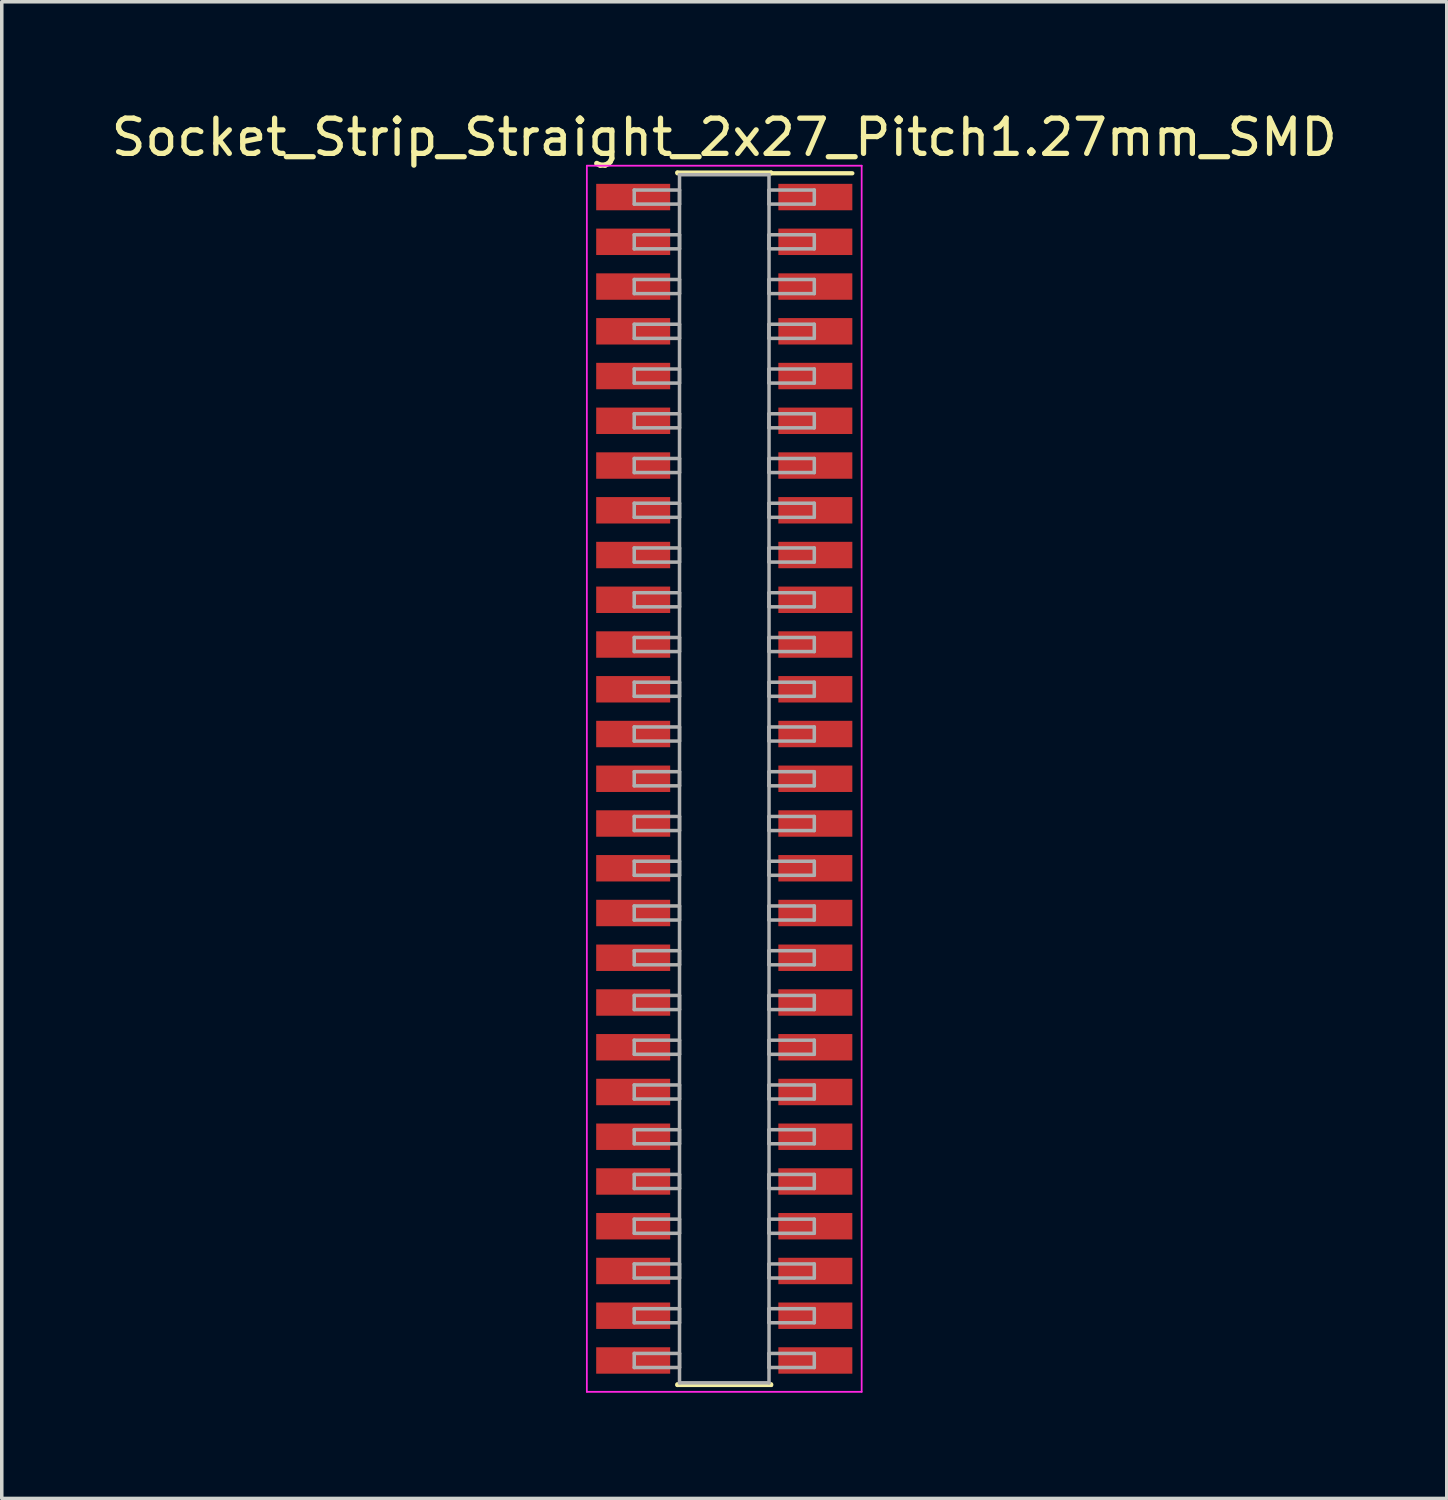
<source format=kicad_pcb>
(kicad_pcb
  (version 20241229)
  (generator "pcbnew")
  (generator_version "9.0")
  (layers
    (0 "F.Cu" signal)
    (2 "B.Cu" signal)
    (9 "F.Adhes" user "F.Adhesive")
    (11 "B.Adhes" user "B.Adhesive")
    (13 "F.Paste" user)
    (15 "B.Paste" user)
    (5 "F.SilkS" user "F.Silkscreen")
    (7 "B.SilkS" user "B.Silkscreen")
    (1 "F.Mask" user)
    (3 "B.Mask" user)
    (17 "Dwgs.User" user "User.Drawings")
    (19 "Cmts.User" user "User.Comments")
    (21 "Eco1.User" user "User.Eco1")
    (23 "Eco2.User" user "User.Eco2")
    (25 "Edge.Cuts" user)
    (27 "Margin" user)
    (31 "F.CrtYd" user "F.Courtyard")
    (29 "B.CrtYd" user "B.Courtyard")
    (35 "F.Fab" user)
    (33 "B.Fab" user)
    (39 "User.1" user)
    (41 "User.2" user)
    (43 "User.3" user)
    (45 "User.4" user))
  (footprint "Socket_Strip_Straight_2x27_Pitch1.27mm_SMD"
    (layer "F.Cu")
    (at 17.506 19.053)
    (property "Reference" "Socket_Strip_Straight_2x27_Pitch1.27mm_SMD" (at 0 -18.205 0) (layer "F.SilkS") (effects (font (size 1 1) (thickness 0.15))))
    (attr smd)
    (fp_line (start -1.33 -17.205) (end 1.33 -17.205) (stroke (width 0.12) (type solid)) (layer "F.SilkS"))
    (fp_line (start -1.33 -17.185) (end -1.33 -17.205) (stroke (width 0.12) (type solid)) (layer "F.SilkS"))
    (fp_line (start -1.33 17.185) (end -1.33 17.205) (stroke (width 0.12) (type solid)) (layer "F.SilkS"))
    (fp_line (start -1.33 17.205) (end 1.33 17.205) (stroke (width 0.12) (type solid)) (layer "F.SilkS"))
    (fp_line (start 1.33 -17.205) (end 1.33 -17.185) (stroke (width 0.12) (type solid)) (layer "F.SilkS"))
    (fp_line (start 1.33 17.205) (end 1.33 17.185) (stroke (width 0.12) (type solid)) (layer "F.SilkS"))
    (fp_line (start 3.635 -17.185) (end 1.33 -17.185) (stroke (width 0.12) (type solid)) (layer "F.SilkS"))
    (fp_line (start -3.9 -17.4) (end -3.9 17.4) (stroke (width 0.05) (type solid)) (layer "F.CrtYd"))
    (fp_line (start -3.9 17.4) (end 3.9 17.4) (stroke (width 0.05) (type solid)) (layer "F.CrtYd"))
    (fp_line (start 3.9 -17.4) (end -3.9 -17.4) (stroke (width 0.05) (type solid)) (layer "F.CrtYd"))
    (fp_line (start 3.9 17.4) (end 3.9 -17.4) (stroke (width 0.05) (type solid)) (layer "F.CrtYd"))
    (fp_line (start -2.555 -16.71) (end -1.27 -16.71) (stroke (width 0.1) (type solid)) (layer "F.Fab"))
    (fp_line (start -2.555 -16.31) (end -2.555 -16.71) (stroke (width 0.1) (type solid)) (layer "F.Fab"))
    (fp_line (start -2.555 -15.44) (end -1.27 -15.44) (stroke (width 0.1) (type solid)) (layer "F.Fab"))
    (fp_line (start -2.555 -15.04) (end -2.555 -15.44) (stroke (width 0.1) (type solid)) (layer "F.Fab"))
    (fp_line (start -2.555 -14.17) (end -1.27 -14.17) (stroke (width 0.1) (type solid)) (layer "F.Fab"))
    (fp_line (start -2.555 -13.77) (end -2.555 -14.17) (stroke (width 0.1) (type solid)) (layer "F.Fab"))
    (fp_line (start -2.555 -12.9) (end -1.27 -12.9) (stroke (width 0.1) (type solid)) (layer "F.Fab"))
    (fp_line (start -2.555 -12.5) (end -2.555 -12.9) (stroke (width 0.1) (type solid)) (layer "F.Fab"))
    (fp_line (start -2.555 -11.63) (end -1.27 -11.63) (stroke (width 0.1) (type solid)) (layer "F.Fab"))
    (fp_line (start -2.555 -11.23) (end -2.555 -11.63) (stroke (width 0.1) (type solid)) (layer "F.Fab"))
    (fp_line (start -2.555 -10.36) (end -1.27 -10.36) (stroke (width 0.1) (type solid)) (layer "F.Fab"))
    (fp_line (start -2.555 -9.96) (end -2.555 -10.36) (stroke (width 0.1) (type solid)) (layer "F.Fab"))
    (fp_line (start -2.555 -9.09) (end -1.27 -9.09) (stroke (width 0.1) (type solid)) (layer "F.Fab"))
    (fp_line (start -2.555 -8.69) (end -2.555 -9.09) (stroke (width 0.1) (type solid)) (layer "F.Fab"))
    (fp_line (start -2.555 -7.82) (end -1.27 -7.82) (stroke (width 0.1) (type solid)) (layer "F.Fab"))
    (fp_line (start -2.555 -7.42) (end -2.555 -7.82) (stroke (width 0.1) (type solid)) (layer "F.Fab"))
    (fp_line (start -2.555 -6.55) (end -1.27 -6.55) (stroke (width 0.1) (type solid)) (layer "F.Fab"))
    (fp_line (start -2.555 -6.15) (end -2.555 -6.55) (stroke (width 0.1) (type solid)) (layer "F.Fab"))
    (fp_line (start -2.555 -5.28) (end -1.27 -5.28) (stroke (width 0.1) (type solid)) (layer "F.Fab"))
    (fp_line (start -2.555 -4.88) (end -2.555 -5.28) (stroke (width 0.1) (type solid)) (layer "F.Fab"))
    (fp_line (start -2.555 -4.01) (end -1.27 -4.01) (stroke (width 0.1) (type solid)) (layer "F.Fab"))
    (fp_line (start -2.555 -3.61) (end -2.555 -4.01) (stroke (width 0.1) (type solid)) (layer "F.Fab"))
    (fp_line (start -2.555 -2.74) (end -1.27 -2.74) (stroke (width 0.1) (type solid)) (layer "F.Fab"))
    (fp_line (start -2.555 -2.34) (end -2.555 -2.74) (stroke (width 0.1) (type solid)) (layer "F.Fab"))
    (fp_line (start -2.555 -1.47) (end -1.27 -1.47) (stroke (width 0.1) (type solid)) (layer "F.Fab"))
    (fp_line (start -2.555 -1.07) (end -2.555 -1.47) (stroke (width 0.1) (type solid)) (layer "F.Fab"))
    (fp_line (start -2.555 -0.2) (end -1.27 -0.2) (stroke (width 0.1) (type solid)) (layer "F.Fab"))
    (fp_line (start -2.555 0.2) (end -2.555 -0.2) (stroke (width 0.1) (type solid)) (layer "F.Fab"))
    (fp_line (start -2.555 1.07) (end -1.27 1.07) (stroke (width 0.1) (type solid)) (layer "F.Fab"))
    (fp_line (start -2.555 1.47) (end -2.555 1.07) (stroke (width 0.1) (type solid)) (layer "F.Fab"))
    (fp_line (start -2.555 2.34) (end -1.27 2.34) (stroke (width 0.1) (type solid)) (layer "F.Fab"))
    (fp_line (start -2.555 2.74) (end -2.555 2.34) (stroke (width 0.1) (type solid)) (layer "F.Fab"))
    (fp_line (start -2.555 3.61) (end -1.27 3.61) (stroke (width 0.1) (type solid)) (layer "F.Fab"))
    (fp_line (start -2.555 4.01) (end -2.555 3.61) (stroke (width 0.1) (type solid)) (layer "F.Fab"))
    (fp_line (start -2.555 4.88) (end -1.27 4.88) (stroke (width 0.1) (type solid)) (layer "F.Fab"))
    (fp_line (start -2.555 5.28) (end -2.555 4.88) (stroke (width 0.1) (type solid)) (layer "F.Fab"))
    (fp_line (start -2.555 6.15) (end -1.27 6.15) (stroke (width 0.1) (type solid)) (layer "F.Fab"))
    (fp_line (start -2.555 6.55) (end -2.555 6.15) (stroke (width 0.1) (type solid)) (layer "F.Fab"))
    (fp_line (start -2.555 7.42) (end -1.27 7.42) (stroke (width 0.1) (type solid)) (layer "F.Fab"))
    (fp_line (start -2.555 7.82) (end -2.555 7.42) (stroke (width 0.1) (type solid)) (layer "F.Fab"))
    (fp_line (start -2.555 8.69) (end -1.27 8.69) (stroke (width 0.1) (type solid)) (layer "F.Fab"))
    (fp_line (start -2.555 9.09) (end -2.555 8.69) (stroke (width 0.1) (type solid)) (layer "F.Fab"))
    (fp_line (start -2.555 9.96) (end -1.27 9.96) (stroke (width 0.1) (type solid)) (layer "F.Fab"))
    (fp_line (start -2.555 10.36) (end -2.555 9.96) (stroke (width 0.1) (type solid)) (layer "F.Fab"))
    (fp_line (start -2.555 11.23) (end -1.27 11.23) (stroke (width 0.1) (type solid)) (layer "F.Fab"))
    (fp_line (start -2.555 11.63) (end -2.555 11.23) (stroke (width 0.1) (type solid)) (layer "F.Fab"))
    (fp_line (start -2.555 12.5) (end -1.27 12.5) (stroke (width 0.1) (type solid)) (layer "F.Fab"))
    (fp_line (start -2.555 12.9) (end -2.555 12.5) (stroke (width 0.1) (type solid)) (layer "F.Fab"))
    (fp_line (start -2.555 13.77) (end -1.27 13.77) (stroke (width 0.1) (type solid)) (layer "F.Fab"))
    (fp_line (start -2.555 14.17) (end -2.555 13.77) (stroke (width 0.1) (type solid)) (layer "F.Fab"))
    (fp_line (start -2.555 15.04) (end -1.27 15.04) (stroke (width 0.1) (type solid)) (layer "F.Fab"))
    (fp_line (start -2.555 15.44) (end -2.555 15.04) (stroke (width 0.1) (type solid)) (layer "F.Fab"))
    (fp_line (start -2.555 16.31) (end -1.27 16.31) (stroke (width 0.1) (type solid)) (layer "F.Fab"))
    (fp_line (start -2.555 16.71) (end -2.555 16.31) (stroke (width 0.1) (type solid)) (layer "F.Fab"))
    (fp_line (start -1.27 -17.145) (end -1.27 17.145) (stroke (width 0.1) (type solid)) (layer "F.Fab"))
    (fp_line (start -1.27 -16.71) (end -1.27 -16.31) (stroke (width 0.1) (type solid)) (layer "F.Fab"))
    (fp_line (start -1.27 -16.31) (end -2.555 -16.31) (stroke (width 0.1) (type solid)) (layer "F.Fab"))
    (fp_line (start -1.27 -15.44) (end -1.27 -15.04) (stroke (width 0.1) (type solid)) (layer "F.Fab"))
    (fp_line (start -1.27 -15.04) (end -2.555 -15.04) (stroke (width 0.1) (type solid)) (layer "F.Fab"))
    (fp_line (start -1.27 -14.17) (end -1.27 -13.77) (stroke (width 0.1) (type solid)) (layer "F.Fab"))
    (fp_line (start -1.27 -13.77) (end -2.555 -13.77) (stroke (width 0.1) (type solid)) (layer "F.Fab"))
    (fp_line (start -1.27 -12.9) (end -1.27 -12.5) (stroke (width 0.1) (type solid)) (layer "F.Fab"))
    (fp_line (start -1.27 -12.5) (end -2.555 -12.5) (stroke (width 0.1) (type solid)) (layer "F.Fab"))
    (fp_line (start -1.27 -11.63) (end -1.27 -11.23) (stroke (width 0.1) (type solid)) (layer "F.Fab"))
    (fp_line (start -1.27 -11.23) (end -2.555 -11.23) (stroke (width 0.1) (type solid)) (layer "F.Fab"))
    (fp_line (start -1.27 -10.36) (end -1.27 -9.96) (stroke (width 0.1) (type solid)) (layer "F.Fab"))
    (fp_line (start -1.27 -9.96) (end -2.555 -9.96) (stroke (width 0.1) (type solid)) (layer "F.Fab"))
    (fp_line (start -1.27 -9.09) (end -1.27 -8.69) (stroke (width 0.1) (type solid)) (layer "F.Fab"))
    (fp_line (start -1.27 -8.69) (end -2.555 -8.69) (stroke (width 0.1) (type solid)) (layer "F.Fab"))
    (fp_line (start -1.27 -7.82) (end -1.27 -7.42) (stroke (width 0.1) (type solid)) (layer "F.Fab"))
    (fp_line (start -1.27 -7.42) (end -2.555 -7.42) (stroke (width 0.1) (type solid)) (layer "F.Fab"))
    (fp_line (start -1.27 -6.55) (end -1.27 -6.15) (stroke (width 0.1) (type solid)) (layer "F.Fab"))
    (fp_line (start -1.27 -6.15) (end -2.555 -6.15) (stroke (width 0.1) (type solid)) (layer "F.Fab"))
    (fp_line (start -1.27 -5.28) (end -1.27 -4.88) (stroke (width 0.1) (type solid)) (layer "F.Fab"))
    (fp_line (start -1.27 -4.88) (end -2.555 -4.88) (stroke (width 0.1) (type solid)) (layer "F.Fab"))
    (fp_line (start -1.27 -4.01) (end -1.27 -3.61) (stroke (width 0.1) (type solid)) (layer "F.Fab"))
    (fp_line (start -1.27 -3.61) (end -2.555 -3.61) (stroke (width 0.1) (type solid)) (layer "F.Fab"))
    (fp_line (start -1.27 -2.74) (end -1.27 -2.34) (stroke (width 0.1) (type solid)) (layer "F.Fab"))
    (fp_line (start -1.27 -2.34) (end -2.555 -2.34) (stroke (width 0.1) (type solid)) (layer "F.Fab"))
    (fp_line (start -1.27 -1.47) (end -1.27 -1.07) (stroke (width 0.1) (type solid)) (layer "F.Fab"))
    (fp_line (start -1.27 -1.07) (end -2.555 -1.07) (stroke (width 0.1) (type solid)) (layer "F.Fab"))
    (fp_line (start -1.27 -0.2) (end -1.27 0.2) (stroke (width 0.1) (type solid)) (layer "F.Fab"))
    (fp_line (start -1.27 0.2) (end -2.555 0.2) (stroke (width 0.1) (type solid)) (layer "F.Fab"))
    (fp_line (start -1.27 1.07) (end -1.27 1.47) (stroke (width 0.1) (type solid)) (layer "F.Fab"))
    (fp_line (start -1.27 1.47) (end -2.555 1.47) (stroke (width 0.1) (type solid)) (layer "F.Fab"))
    (fp_line (start -1.27 2.34) (end -1.27 2.74) (stroke (width 0.1) (type solid)) (layer "F.Fab"))
    (fp_line (start -1.27 2.74) (end -2.555 2.74) (stroke (width 0.1) (type solid)) (layer "F.Fab"))
    (fp_line (start -1.27 3.61) (end -1.27 4.01) (stroke (width 0.1) (type solid)) (layer "F.Fab"))
    (fp_line (start -1.27 4.01) (end -2.555 4.01) (stroke (width 0.1) (type solid)) (layer "F.Fab"))
    (fp_line (start -1.27 4.88) (end -1.27 5.28) (stroke (width 0.1) (type solid)) (layer "F.Fab"))
    (fp_line (start -1.27 5.28) (end -2.555 5.28) (stroke (width 0.1) (type solid)) (layer "F.Fab"))
    (fp_line (start -1.27 6.15) (end -1.27 6.55) (stroke (width 0.1) (type solid)) (layer "F.Fab"))
    (fp_line (start -1.27 6.55) (end -2.555 6.55) (stroke (width 0.1) (type solid)) (layer "F.Fab"))
    (fp_line (start -1.27 7.42) (end -1.27 7.82) (stroke (width 0.1) (type solid)) (layer "F.Fab"))
    (fp_line (start -1.27 7.82) (end -2.555 7.82) (stroke (width 0.1) (type solid)) (layer "F.Fab"))
    (fp_line (start -1.27 8.69) (end -1.27 9.09) (stroke (width 0.1) (type solid)) (layer "F.Fab"))
    (fp_line (start -1.27 9.09) (end -2.555 9.09) (stroke (width 0.1) (type solid)) (layer "F.Fab"))
    (fp_line (start -1.27 9.96) (end -1.27 10.36) (stroke (width 0.1) (type solid)) (layer "F.Fab"))
    (fp_line (start -1.27 10.36) (end -2.555 10.36) (stroke (width 0.1) (type solid)) (layer "F.Fab"))
    (fp_line (start -1.27 11.23) (end -1.27 11.63) (stroke (width 0.1) (type solid)) (layer "F.Fab"))
    (fp_line (start -1.27 11.63) (end -2.555 11.63) (stroke (width 0.1) (type solid)) (layer "F.Fab"))
    (fp_line (start -1.27 12.5) (end -1.27 12.9) (stroke (width 0.1) (type solid)) (layer "F.Fab"))
    (fp_line (start -1.27 12.9) (end -2.555 12.9) (stroke (width 0.1) (type solid)) (layer "F.Fab"))
    (fp_line (start -1.27 13.77) (end -1.27 14.17) (stroke (width 0.1) (type solid)) (layer "F.Fab"))
    (fp_line (start -1.27 14.17) (end -2.555 14.17) (stroke (width 0.1) (type solid)) (layer "F.Fab"))
    (fp_line (start -1.27 15.04) (end -1.27 15.44) (stroke (width 0.1) (type solid)) (layer "F.Fab"))
    (fp_line (start -1.27 15.44) (end -2.555 15.44) (stroke (width 0.1) (type solid)) (layer "F.Fab"))
    (fp_line (start -1.27 16.31) (end -1.27 16.71) (stroke (width 0.1) (type solid)) (layer "F.Fab"))
    (fp_line (start -1.27 16.71) (end -2.555 16.71) (stroke (width 0.1) (type solid)) (layer "F.Fab"))
    (fp_line (start -1.27 17.145) (end 1.27 17.145) (stroke (width 0.1) (type solid)) (layer "F.Fab"))
    (fp_line (start 1.27 -17.145) (end -1.27 -17.145) (stroke (width 0.1) (type solid)) (layer "F.Fab"))
    (fp_line (start 1.27 -16.71) (end 1.27 -16.31) (stroke (width 0.1) (type solid)) (layer "F.Fab"))
    (fp_line (start 1.27 -16.31) (end 2.555 -16.31) (stroke (width 0.1) (type solid)) (layer "F.Fab"))
    (fp_line (start 1.27 -15.44) (end 1.27 -15.04) (stroke (width 0.1) (type solid)) (layer "F.Fab"))
    (fp_line (start 1.27 -15.04) (end 2.555 -15.04) (stroke (width 0.1) (type solid)) (layer "F.Fab"))
    (fp_line (start 1.27 -14.17) (end 1.27 -13.77) (stroke (width 0.1) (type solid)) (layer "F.Fab"))
    (fp_line (start 1.27 -13.77) (end 2.555 -13.77) (stroke (width 0.1) (type solid)) (layer "F.Fab"))
    (fp_line (start 1.27 -12.9) (end 1.27 -12.5) (stroke (width 0.1) (type solid)) (layer "F.Fab"))
    (fp_line (start 1.27 -12.5) (end 2.555 -12.5) (stroke (width 0.1) (type solid)) (layer "F.Fab"))
    (fp_line (start 1.27 -11.63) (end 1.27 -11.23) (stroke (width 0.1) (type solid)) (layer "F.Fab"))
    (fp_line (start 1.27 -11.23) (end 2.555 -11.23) (stroke (width 0.1) (type solid)) (layer "F.Fab"))
    (fp_line (start 1.27 -10.36) (end 1.27 -9.96) (stroke (width 0.1) (type solid)) (layer "F.Fab"))
    (fp_line (start 1.27 -9.96) (end 2.555 -9.96) (stroke (width 0.1) (type solid)) (layer "F.Fab"))
    (fp_line (start 1.27 -9.09) (end 1.27 -8.69) (stroke (width 0.1) (type solid)) (layer "F.Fab"))
    (fp_line (start 1.27 -8.69) (end 2.555 -8.69) (stroke (width 0.1) (type solid)) (layer "F.Fab"))
    (fp_line (start 1.27 -7.82) (end 1.27 -7.42) (stroke (width 0.1) (type solid)) (layer "F.Fab"))
    (fp_line (start 1.27 -7.42) (end 2.555 -7.42) (stroke (width 0.1) (type solid)) (layer "F.Fab"))
    (fp_line (start 1.27 -6.55) (end 1.27 -6.15) (stroke (width 0.1) (type solid)) (layer "F.Fab"))
    (fp_line (start 1.27 -6.15) (end 2.555 -6.15) (stroke (width 0.1) (type solid)) (layer "F.Fab"))
    (fp_line (start 1.27 -5.28) (end 1.27 -4.88) (stroke (width 0.1) (type solid)) (layer "F.Fab"))
    (fp_line (start 1.27 -4.88) (end 2.555 -4.88) (stroke (width 0.1) (type solid)) (layer "F.Fab"))
    (fp_line (start 1.27 -4.01) (end 1.27 -3.61) (stroke (width 0.1) (type solid)) (layer "F.Fab"))
    (fp_line (start 1.27 -3.61) (end 2.555 -3.61) (stroke (width 0.1) (type solid)) (layer "F.Fab"))
    (fp_line (start 1.27 -2.74) (end 1.27 -2.34) (stroke (width 0.1) (type solid)) (layer "F.Fab"))
    (fp_line (start 1.27 -2.34) (end 2.555 -2.34) (stroke (width 0.1) (type solid)) (layer "F.Fab"))
    (fp_line (start 1.27 -1.47) (end 1.27 -1.07) (stroke (width 0.1) (type solid)) (layer "F.Fab"))
    (fp_line (start 1.27 -1.07) (end 2.555 -1.07) (stroke (width 0.1) (type solid)) (layer "F.Fab"))
    (fp_line (start 1.27 -0.2) (end 1.27 0.2) (stroke (width 0.1) (type solid)) (layer "F.Fab"))
    (fp_line (start 1.27 0.2) (end 2.555 0.2) (stroke (width 0.1) (type solid)) (layer "F.Fab"))
    (fp_line (start 1.27 1.07) (end 1.27 1.47) (stroke (width 0.1) (type solid)) (layer "F.Fab"))
    (fp_line (start 1.27 1.47) (end 2.555 1.47) (stroke (width 0.1) (type solid)) (layer "F.Fab"))
    (fp_line (start 1.27 2.34) (end 1.27 2.74) (stroke (width 0.1) (type solid)) (layer "F.Fab"))
    (fp_line (start 1.27 2.74) (end 2.555 2.74) (stroke (width 0.1) (type solid)) (layer "F.Fab"))
    (fp_line (start 1.27 3.61) (end 1.27 4.01) (stroke (width 0.1) (type solid)) (layer "F.Fab"))
    (fp_line (start 1.27 4.01) (end 2.555 4.01) (stroke (width 0.1) (type solid)) (layer "F.Fab"))
    (fp_line (start 1.27 4.88) (end 1.27 5.28) (stroke (width 0.1) (type solid)) (layer "F.Fab"))
    (fp_line (start 1.27 5.28) (end 2.555 5.28) (stroke (width 0.1) (type solid)) (layer "F.Fab"))
    (fp_line (start 1.27 6.15) (end 1.27 6.55) (stroke (width 0.1) (type solid)) (layer "F.Fab"))
    (fp_line (start 1.27 6.55) (end 2.555 6.55) (stroke (width 0.1) (type solid)) (layer "F.Fab"))
    (fp_line (start 1.27 7.42) (end 1.27 7.82) (stroke (width 0.1) (type solid)) (layer "F.Fab"))
    (fp_line (start 1.27 7.82) (end 2.555 7.82) (stroke (width 0.1) (type solid)) (layer "F.Fab"))
    (fp_line (start 1.27 8.69) (end 1.27 9.09) (stroke (width 0.1) (type solid)) (layer "F.Fab"))
    (fp_line (start 1.27 9.09) (end 2.555 9.09) (stroke (width 0.1) (type solid)) (layer "F.Fab"))
    (fp_line (start 1.27 9.96) (end 1.27 10.36) (stroke (width 0.1) (type solid)) (layer "F.Fab"))
    (fp_line (start 1.27 10.36) (end 2.555 10.36) (stroke (width 0.1) (type solid)) (layer "F.Fab"))
    (fp_line (start 1.27 11.23) (end 1.27 11.63) (stroke (width 0.1) (type solid)) (layer "F.Fab"))
    (fp_line (start 1.27 11.63) (end 2.555 11.63) (stroke (width 0.1) (type solid)) (layer "F.Fab"))
    (fp_line (start 1.27 12.5) (end 1.27 12.9) (stroke (width 0.1) (type solid)) (layer "F.Fab"))
    (fp_line (start 1.27 12.9) (end 2.555 12.9) (stroke (width 0.1) (type solid)) (layer "F.Fab"))
    (fp_line (start 1.27 13.77) (end 1.27 14.17) (stroke (width 0.1) (type solid)) (layer "F.Fab"))
    (fp_line (start 1.27 14.17) (end 2.555 14.17) (stroke (width 0.1) (type solid)) (layer "F.Fab"))
    (fp_line (start 1.27 15.04) (end 1.27 15.44) (stroke (width 0.1) (type solid)) (layer "F.Fab"))
    (fp_line (start 1.27 15.44) (end 2.555 15.44) (stroke (width 0.1) (type solid)) (layer "F.Fab"))
    (fp_line (start 1.27 16.31) (end 1.27 16.71) (stroke (width 0.1) (type solid)) (layer "F.Fab"))
    (fp_line (start 1.27 16.71) (end 2.555 16.71) (stroke (width 0.1) (type solid)) (layer "F.Fab"))
    (fp_line (start 1.27 17.145) (end 1.27 -17.145) (stroke (width 0.1) (type solid)) (layer "F.Fab"))
    (fp_line (start 2.555 -16.71) (end 1.27 -16.71) (stroke (width 0.1) (type solid)) (layer "F.Fab"))
    (fp_line (start 2.555 -16.31) (end 2.555 -16.71) (stroke (width 0.1) (type solid)) (layer "F.Fab"))
    (fp_line (start 2.555 -15.44) (end 1.27 -15.44) (stroke (width 0.1) (type solid)) (layer "F.Fab"))
    (fp_line (start 2.555 -15.04) (end 2.555 -15.44) (stroke (width 0.1) (type solid)) (layer "F.Fab"))
    (fp_line (start 2.555 -14.17) (end 1.27 -14.17) (stroke (width 0.1) (type solid)) (layer "F.Fab"))
    (fp_line (start 2.555 -13.77) (end 2.555 -14.17) (stroke (width 0.1) (type solid)) (layer "F.Fab"))
    (fp_line (start 2.555 -12.9) (end 1.27 -12.9) (stroke (width 0.1) (type solid)) (layer "F.Fab"))
    (fp_line (start 2.555 -12.5) (end 2.555 -12.9) (stroke (width 0.1) (type solid)) (layer "F.Fab"))
    (fp_line (start 2.555 -11.63) (end 1.27 -11.63) (stroke (width 0.1) (type solid)) (layer "F.Fab"))
    (fp_line (start 2.555 -11.23) (end 2.555 -11.63) (stroke (width 0.1) (type solid)) (layer "F.Fab"))
    (fp_line (start 2.555 -10.36) (end 1.27 -10.36) (stroke (width 0.1) (type solid)) (layer "F.Fab"))
    (fp_line (start 2.555 -9.96) (end 2.555 -10.36) (stroke (width 0.1) (type solid)) (layer "F.Fab"))
    (fp_line (start 2.555 -9.09) (end 1.27 -9.09) (stroke (width 0.1) (type solid)) (layer "F.Fab"))
    (fp_line (start 2.555 -8.69) (end 2.555 -9.09) (stroke (width 0.1) (type solid)) (layer "F.Fab"))
    (fp_line (start 2.555 -7.82) (end 1.27 -7.82) (stroke (width 0.1) (type solid)) (layer "F.Fab"))
    (fp_line (start 2.555 -7.42) (end 2.555 -7.82) (stroke (width 0.1) (type solid)) (layer "F.Fab"))
    (fp_line (start 2.555 -6.55) (end 1.27 -6.55) (stroke (width 0.1) (type solid)) (layer "F.Fab"))
    (fp_line (start 2.555 -6.15) (end 2.555 -6.55) (stroke (width 0.1) (type solid)) (layer "F.Fab"))
    (fp_line (start 2.555 -5.28) (end 1.27 -5.28) (stroke (width 0.1) (type solid)) (layer "F.Fab"))
    (fp_line (start 2.555 -4.88) (end 2.555 -5.28) (stroke (width 0.1) (type solid)) (layer "F.Fab"))
    (fp_line (start 2.555 -4.01) (end 1.27 -4.01) (stroke (width 0.1) (type solid)) (layer "F.Fab"))
    (fp_line (start 2.555 -3.61) (end 2.555 -4.01) (stroke (width 0.1) (type solid)) (layer "F.Fab"))
    (fp_line (start 2.555 -2.74) (end 1.27 -2.74) (stroke (width 0.1) (type solid)) (layer "F.Fab"))
    (fp_line (start 2.555 -2.34) (end 2.555 -2.74) (stroke (width 0.1) (type solid)) (layer "F.Fab"))
    (fp_line (start 2.555 -1.47) (end 1.27 -1.47) (stroke (width 0.1) (type solid)) (layer "F.Fab"))
    (fp_line (start 2.555 -1.07) (end 2.555 -1.47) (stroke (width 0.1) (type solid)) (layer "F.Fab"))
    (fp_line (start 2.555 -0.2) (end 1.27 -0.2) (stroke (width 0.1) (type solid)) (layer "F.Fab"))
    (fp_line (start 2.555 0.2) (end 2.555 -0.2) (stroke (width 0.1) (type solid)) (layer "F.Fab"))
    (fp_line (start 2.555 1.07) (end 1.27 1.07) (stroke (width 0.1) (type solid)) (layer "F.Fab"))
    (fp_line (start 2.555 1.47) (end 2.555 1.07) (stroke (width 0.1) (type solid)) (layer "F.Fab"))
    (fp_line (start 2.555 2.34) (end 1.27 2.34) (stroke (width 0.1) (type solid)) (layer "F.Fab"))
    (fp_line (start 2.555 2.74) (end 2.555 2.34) (stroke (width 0.1) (type solid)) (layer "F.Fab"))
    (fp_line (start 2.555 3.61) (end 1.27 3.61) (stroke (width 0.1) (type solid)) (layer "F.Fab"))
    (fp_line (start 2.555 4.01) (end 2.555 3.61) (stroke (width 0.1) (type solid)) (layer "F.Fab"))
    (fp_line (start 2.555 4.88) (end 1.27 4.88) (stroke (width 0.1) (type solid)) (layer "F.Fab"))
    (fp_line (start 2.555 5.28) (end 2.555 4.88) (stroke (width 0.1) (type solid)) (layer "F.Fab"))
    (fp_line (start 2.555 6.15) (end 1.27 6.15) (stroke (width 0.1) (type solid)) (layer "F.Fab"))
    (fp_line (start 2.555 6.55) (end 2.555 6.15) (stroke (width 0.1) (type solid)) (layer "F.Fab"))
    (fp_line (start 2.555 7.42) (end 1.27 7.42) (stroke (width 0.1) (type solid)) (layer "F.Fab"))
    (fp_line (start 2.555 7.82) (end 2.555 7.42) (stroke (width 0.1) (type solid)) (layer "F.Fab"))
    (fp_line (start 2.555 8.69) (end 1.27 8.69) (stroke (width 0.1) (type solid)) (layer "F.Fab"))
    (fp_line (start 2.555 9.09) (end 2.555 8.69) (stroke (width 0.1) (type solid)) (layer "F.Fab"))
    (fp_line (start 2.555 9.96) (end 1.27 9.96) (stroke (width 0.1) (type solid)) (layer "F.Fab"))
    (fp_line (start 2.555 10.36) (end 2.555 9.96) (stroke (width 0.1) (type solid)) (layer "F.Fab"))
    (fp_line (start 2.555 11.23) (end 1.27 11.23) (stroke (width 0.1) (type solid)) (layer "F.Fab"))
    (fp_line (start 2.555 11.63) (end 2.555 11.23) (stroke (width 0.1) (type solid)) (layer "F.Fab"))
    (fp_line (start 2.555 12.5) (end 1.27 12.5) (stroke (width 0.1) (type solid)) (layer "F.Fab"))
    (fp_line (start 2.555 12.9) (end 2.555 12.5) (stroke (width 0.1) (type solid)) (layer "F.Fab"))
    (fp_line (start 2.555 13.77) (end 1.27 13.77) (stroke (width 0.1) (type solid)) (layer "F.Fab"))
    (fp_line (start 2.555 14.17) (end 2.555 13.77) (stroke (width 0.1) (type solid)) (layer "F.Fab"))
    (fp_line (start 2.555 15.04) (end 1.27 15.04) (stroke (width 0.1) (type solid)) (layer "F.Fab"))
    (fp_line (start 2.555 15.44) (end 2.555 15.04) (stroke (width 0.1) (type solid)) (layer "F.Fab"))
    (fp_line (start 2.555 16.31) (end 1.27 16.31) (stroke (width 0.1) (type solid)) (layer "F.Fab"))
    (fp_line (start 2.555 16.71) (end 2.555 16.31) (stroke (width 0.1) (type solid)) (layer "F.Fab"))
    (pad "1" smd rect (at 2.585 -16.51) (size 2.1 0.75) (layers "F.Cu" "F.Mask"))
    (pad "2" smd rect (at -2.585 -16.51) (size 2.1 0.75) (layers "F.Cu" "F.Mask"))
    (pad "3" smd rect (at 2.585 -15.24) (size 2.1 0.75) (layers "F.Cu" "F.Mask"))
    (pad "4" smd rect (at -2.585 -15.24) (size 2.1 0.75) (layers "F.Cu" "F.Mask"))
    (pad "5" smd rect (at 2.585 -13.97) (size 2.1 0.75) (layers "F.Cu" "F.Mask"))
    (pad "6" smd rect (at -2.585 -13.97) (size 2.1 0.75) (layers "F.Cu" "F.Mask"))
    (pad "7" smd rect (at 2.585 -12.7) (size 2.1 0.75) (layers "F.Cu" "F.Mask"))
    (pad "8" smd rect (at -2.585 -12.7) (size 2.1 0.75) (layers "F.Cu" "F.Mask"))
    (pad "9" smd rect (at 2.585 -11.43) (size 2.1 0.75) (layers "F.Cu" "F.Mask"))
    (pad "10" smd rect (at -2.585 -11.43) (size 2.1 0.75) (layers "F.Cu" "F.Mask"))
    (pad "11" smd rect (at 2.585 -10.16) (size 2.1 0.75) (layers "F.Cu" "F.Mask"))
    (pad "12" smd rect (at -2.585 -10.16) (size 2.1 0.75) (layers "F.Cu" "F.Mask"))
    (pad "13" smd rect (at 2.585 -8.89) (size 2.1 0.75) (layers "F.Cu" "F.Mask"))
    (pad "14" smd rect (at -2.585 -8.89) (size 2.1 0.75) (layers "F.Cu" "F.Mask"))
    (pad "15" smd rect (at 2.585 -7.62) (size 2.1 0.75) (layers "F.Cu" "F.Mask"))
    (pad "16" smd rect (at -2.585 -7.62) (size 2.1 0.75) (layers "F.Cu" "F.Mask"))
    (pad "17" smd rect (at 2.585 -6.35) (size 2.1 0.75) (layers "F.Cu" "F.Mask"))
    (pad "18" smd rect (at -2.585 -6.35) (size 2.1 0.75) (layers "F.Cu" "F.Mask"))
    (pad "19" smd rect (at 2.585 -5.08) (size 2.1 0.75) (layers "F.Cu" "F.Mask"))
    (pad "20" smd rect (at -2.585 -5.08) (size 2.1 0.75) (layers "F.Cu" "F.Mask"))
    (pad "21" smd rect (at 2.585 -3.81) (size 2.1 0.75) (layers "F.Cu" "F.Mask"))
    (pad "22" smd rect (at -2.585 -3.81) (size 2.1 0.75) (layers "F.Cu" "F.Mask"))
    (pad "23" smd rect (at 2.585 -2.54) (size 2.1 0.75) (layers "F.Cu" "F.Mask"))
    (pad "24" smd rect (at -2.585 -2.54) (size 2.1 0.75) (layers "F.Cu" "F.Mask"))
    (pad "25" smd rect (at 2.585 -1.27) (size 2.1 0.75) (layers "F.Cu" "F.Mask"))
    (pad "26" smd rect (at -2.585 -1.27) (size 2.1 0.75) (layers "F.Cu" "F.Mask"))
    (pad "27" smd rect (at 2.585 0) (size 2.1 0.75) (layers "F.Cu" "F.Mask"))
    (pad "28" smd rect (at -2.585 0) (size 2.1 0.75) (layers "F.Cu" "F.Mask"))
    (pad "29" smd rect (at 2.585 1.27) (size 2.1 0.75) (layers "F.Cu" "F.Mask"))
    (pad "30" smd rect (at -2.585 1.27) (size 2.1 0.75) (layers "F.Cu" "F.Mask"))
    (pad "31" smd rect (at 2.585 2.54) (size 2.1 0.75) (layers "F.Cu" "F.Mask"))
    (pad "32" smd rect (at -2.585 2.54) (size 2.1 0.75) (layers "F.Cu" "F.Mask"))
    (pad "33" smd rect (at 2.585 3.81) (size 2.1 0.75) (layers "F.Cu" "F.Mask"))
    (pad "34" smd rect (at -2.585 3.81) (size 2.1 0.75) (layers "F.Cu" "F.Mask"))
    (pad "35" smd rect (at 2.585 5.08) (size 2.1 0.75) (layers "F.Cu" "F.Mask"))
    (pad "36" smd rect (at -2.585 5.08) (size 2.1 0.75) (layers "F.Cu" "F.Mask"))
    (pad "37" smd rect (at 2.585 6.35) (size 2.1 0.75) (layers "F.Cu" "F.Mask"))
    (pad "38" smd rect (at -2.585 6.35) (size 2.1 0.75) (layers "F.Cu" "F.Mask"))
    (pad "39" smd rect (at 2.585 7.62) (size 2.1 0.75) (layers "F.Cu" "F.Mask"))
    (pad "40" smd rect (at -2.585 7.62) (size 2.1 0.75) (layers "F.Cu" "F.Mask"))
    (pad "41" smd rect (at 2.585 8.89) (size 2.1 0.75) (layers "F.Cu" "F.Mask"))
    (pad "42" smd rect (at -2.585 8.89) (size 2.1 0.75) (layers "F.Cu" "F.Mask"))
    (pad "43" smd rect (at 2.585 10.16) (size 2.1 0.75) (layers "F.Cu" "F.Mask"))
    (pad "44" smd rect (at -2.585 10.16) (size 2.1 0.75) (layers "F.Cu" "F.Mask"))
    (pad "45" smd rect (at 2.585 11.43) (size 2.1 0.75) (layers "F.Cu" "F.Mask"))
    (pad "46" smd rect (at -2.585 11.43) (size 2.1 0.75) (layers "F.Cu" "F.Mask"))
    (pad "47" smd rect (at 2.585 12.7) (size 2.1 0.75) (layers "F.Cu" "F.Mask"))
    (pad "48" smd rect (at -2.585 12.7) (size 2.1 0.75) (layers "F.Cu" "F.Mask"))
    (pad "49" smd rect (at 2.585 13.97) (size 2.1 0.75) (layers "F.Cu" "F.Mask"))
    (pad "50" smd rect (at -2.585 13.97) (size 2.1 0.75) (layers "F.Cu" "F.Mask"))
    (pad "51" smd rect (at 2.585 15.24) (size 2.1 0.75) (layers "F.Cu" "F.Mask"))
    (pad "52" smd rect (at -2.585 15.24) (size 2.1 0.75) (layers "F.Cu" "F.Mask"))
    (pad "53" smd rect (at 2.585 16.51) (size 2.1 0.75) (layers "F.Cu" "F.Mask"))
    (pad "54" smd rect (at -2.585 16.51) (size 2.1 0.75) (layers "F.Cu" "F.Mask")))
  (gr_rect
    (start -3 -3)
    (end 38.012 39.478)
    (stroke (width 0.1) (type default))
    (fill no)
    (layer "Edge.Cuts")))
</source>
